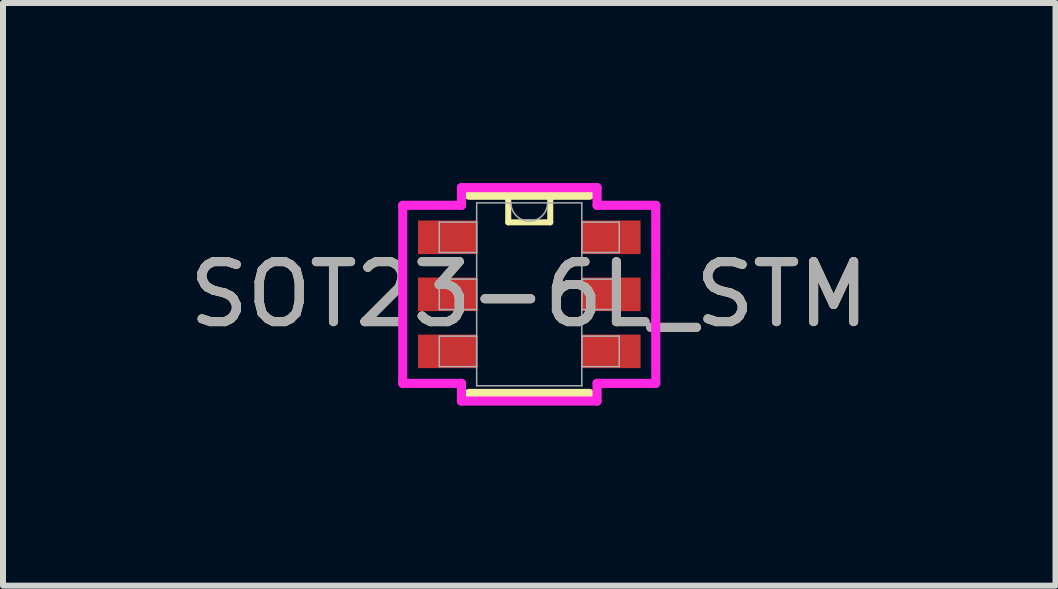
<source format=kicad_pcb>
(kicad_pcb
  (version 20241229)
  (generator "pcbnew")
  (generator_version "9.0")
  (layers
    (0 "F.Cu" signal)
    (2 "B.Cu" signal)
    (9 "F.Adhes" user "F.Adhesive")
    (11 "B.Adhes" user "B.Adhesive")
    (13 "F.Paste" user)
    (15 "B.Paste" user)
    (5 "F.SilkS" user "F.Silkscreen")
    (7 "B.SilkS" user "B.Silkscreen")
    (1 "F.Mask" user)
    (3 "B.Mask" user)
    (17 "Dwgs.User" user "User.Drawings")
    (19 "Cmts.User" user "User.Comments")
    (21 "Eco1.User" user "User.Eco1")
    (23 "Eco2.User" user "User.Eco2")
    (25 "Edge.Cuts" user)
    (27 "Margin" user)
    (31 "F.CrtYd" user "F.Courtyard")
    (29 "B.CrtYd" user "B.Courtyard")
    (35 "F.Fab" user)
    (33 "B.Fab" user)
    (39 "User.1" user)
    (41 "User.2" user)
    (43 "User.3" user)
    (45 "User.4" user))
  (footprint "SOT23-6L_STM"
    (layer "F.Cu")
    (at 5.768 1.854)
    (property "Reference" "SOT23-6L_STM" (at 0 0 0) (unlocked yes) (layer "F.SilkS") (effects (font (size 1 1) (thickness 0.15))))
    (attr smd)
    (fp_line (start -1.003 1.651) (end 1.003 1.651) (stroke (width 0.152) (type solid)) (layer "F.SilkS"))
    (fp_line (start -0.35 -1.65) (end -0.35 -1.2) (stroke (width 0.1) (type default)) (layer "F.SilkS"))
    (fp_line (start -0.35 -1.2) (end 0.35 -1.2) (stroke (width 0.1) (type default)) (layer "F.SilkS"))
    (fp_line (start 0.35 -1.2) (end 0.35 -1.65) (stroke (width 0.1) (type default)) (layer "F.SilkS"))
    (fp_line (start 1.003 -1.651) (end -1.003 -1.651) (stroke (width 0.152) (type solid)) (layer "F.SilkS"))
    (fp_line (start -2.108 -1.483) (end -1.13 -1.483) (stroke (width 0.152) (type solid)) (layer "F.CrtYd"))
    (fp_line (start -2.108 1.483) (end -2.108 -1.483) (stroke (width 0.152) (type solid)) (layer "F.CrtYd"))
    (fp_line (start -2.108 1.483) (end -1.13 1.483) (stroke (width 0.152) (type solid)) (layer "F.CrtYd"))
    (fp_line (start -1.13 -1.778) (end 1.13 -1.778) (stroke (width 0.152) (type solid)) (layer "F.CrtYd"))
    (fp_line (start -1.13 -1.483) (end -1.13 -1.778) (stroke (width 0.152) (type solid)) (layer "F.CrtYd"))
    (fp_line (start -1.13 1.778) (end -1.13 1.483) (stroke (width 0.152) (type solid)) (layer "F.CrtYd"))
    (fp_line (start 1.13 -1.778) (end 1.13 -1.483) (stroke (width 0.152) (type solid)) (layer "F.CrtYd"))
    (fp_line (start 1.13 1.483) (end 1.13 1.778) (stroke (width 0.152) (type solid)) (layer "F.CrtYd"))
    (fp_line (start 1.13 1.778) (end -1.13 1.778) (stroke (width 0.152) (type solid)) (layer "F.CrtYd"))
    (fp_line (start 2.108 -1.483) (end 1.13 -1.483) (stroke (width 0.152) (type solid)) (layer "F.CrtYd"))
    (fp_line (start 2.108 -1.483) (end 2.108 1.483) (stroke (width 0.152) (type solid)) (layer "F.CrtYd"))
    (fp_line (start 2.108 1.483) (end 1.13 1.483) (stroke (width 0.152) (type solid)) (layer "F.CrtYd"))
    (fp_line (start -1.499 -1.204) (end -1.499 -0.696) (stroke (width 0.025) (type solid)) (layer "F.Fab"))
    (fp_line (start -1.499 -0.696) (end -0.876 -0.696) (stroke (width 0.025) (type solid)) (layer "F.Fab"))
    (fp_line (start -1.499 -0.254) (end -1.499 0.254) (stroke (width 0.025) (type solid)) (layer "F.Fab"))
    (fp_line (start -1.499 0.254) (end -0.876 0.254) (stroke (width 0.025) (type solid)) (layer "F.Fab"))
    (fp_line (start -1.499 0.696) (end -1.499 1.204) (stroke (width 0.025) (type solid)) (layer "F.Fab"))
    (fp_line (start -1.499 1.204) (end -0.876 1.204) (stroke (width 0.025) (type solid)) (layer "F.Fab"))
    (fp_line (start -0.876 -1.524) (end -0.876 1.524) (stroke (width 0.025) (type solid)) (layer "F.Fab"))
    (fp_line (start -0.876 -1.204) (end -1.499 -1.204) (stroke (width 0.025) (type solid)) (layer "F.Fab"))
    (fp_line (start -0.876 -0.696) (end -0.876 -1.204) (stroke (width 0.025) (type solid)) (layer "F.Fab"))
    (fp_line (start -0.876 -0.254) (end -1.499 -0.254) (stroke (width 0.025) (type solid)) (layer "F.Fab"))
    (fp_line (start -0.876 0.254) (end -0.876 -0.254) (stroke (width 0.025) (type solid)) (layer "F.Fab"))
    (fp_line (start -0.876 0.696) (end -1.499 0.696) (stroke (width 0.025) (type solid)) (layer "F.Fab"))
    (fp_line (start -0.876 1.204) (end -0.876 0.696) (stroke (width 0.025) (type solid)) (layer "F.Fab"))
    (fp_line (start -0.876 1.524) (end 0.876 1.524) (stroke (width 0.025) (type solid)) (layer "F.Fab"))
    (fp_line (start 0.876 -1.524) (end -0.876 -1.524) (stroke (width 0.025) (type solid)) (layer "F.Fab"))
    (fp_line (start 0.876 -1.204) (end 0.876 -0.696) (stroke (width 0.025) (type solid)) (layer "F.Fab"))
    (fp_line (start 0.876 -0.696) (end 1.499 -0.696) (stroke (width 0.025) (type solid)) (layer "F.Fab"))
    (fp_line (start 0.876 -0.254) (end 0.876 0.254) (stroke (width 0.025) (type solid)) (layer "F.Fab"))
    (fp_line (start 0.876 0.254) (end 1.499 0.254) (stroke (width 0.025) (type solid)) (layer "F.Fab"))
    (fp_line (start 0.876 0.696) (end 0.876 1.204) (stroke (width 0.025) (type solid)) (layer "F.Fab"))
    (fp_line (start 0.876 1.204) (end 1.499 1.204) (stroke (width 0.025) (type solid)) (layer "F.Fab"))
    (fp_line (start 0.876 1.524) (end 0.876 -1.524) (stroke (width 0.025) (type solid)) (layer "F.Fab"))
    (fp_line (start 1.499 -1.204) (end 0.876 -1.204) (stroke (width 0.025) (type solid)) (layer "F.Fab"))
    (fp_line (start 1.499 -0.696) (end 1.499 -1.204) (stroke (width 0.025) (type solid)) (layer "F.Fab"))
    (fp_line (start 1.499 -0.254) (end 0.876 -0.254) (stroke (width 0.025) (type solid)) (layer "F.Fab"))
    (fp_line (start 1.499 0.254) (end 1.499 -0.254) (stroke (width 0.025) (type solid)) (layer "F.Fab"))
    (fp_line (start 1.499 0.696) (end 0.876 0.696) (stroke (width 0.025) (type solid)) (layer "F.Fab"))
    (fp_line (start 1.499 1.204) (end 1.499 0.696) (stroke (width 0.025) (type solid)) (layer "F.Fab"))
    (fp_arc (start 0.3048 -1.524) (mid 0 -1.2192) (end -0.3048 -1.524) (stroke (width 0.0254) (type solid)) (layer "F.Fab"))
    (fp_text user "${REFERENCE}" (at 0 0 0) (unlocked yes) (layer "F.Fab") (effects (font (size 1 1) (thickness 0.15))))
    (pad "1" smd rect (at -1.365 -0.95) (size 0.978 0.559) (layers "F.Cu" "F.Mask" "F.Paste"))
    (pad "2" smd rect (at -1.365 0) (size 0.978 0.559) (layers "F.Cu" "F.Mask" "F.Paste"))
    (pad "3" smd rect (at -1.365 0.95) (size 0.978 0.559) (layers "F.Cu" "F.Mask" "F.Paste"))
    (pad "4" smd rect (at 1.365 0.95) (size 0.978 0.559) (layers "F.Cu" "F.Mask" "F.Paste"))
    (pad "5" smd rect (at 1.365 0) (size 0.978 0.559) (layers "F.Cu" "F.Mask" "F.Paste"))
    (pad "6" smd rect (at 1.365 -0.95) (size 0.978 0.559) (layers "F.Cu" "F.Mask" "F.Paste")))
  (gr_rect
    (start -3 -3)
    (end 14.536 6.708)
    (stroke (width 0.1) (type default))
    (fill no)
    (layer "Edge.Cuts")))
</source>
